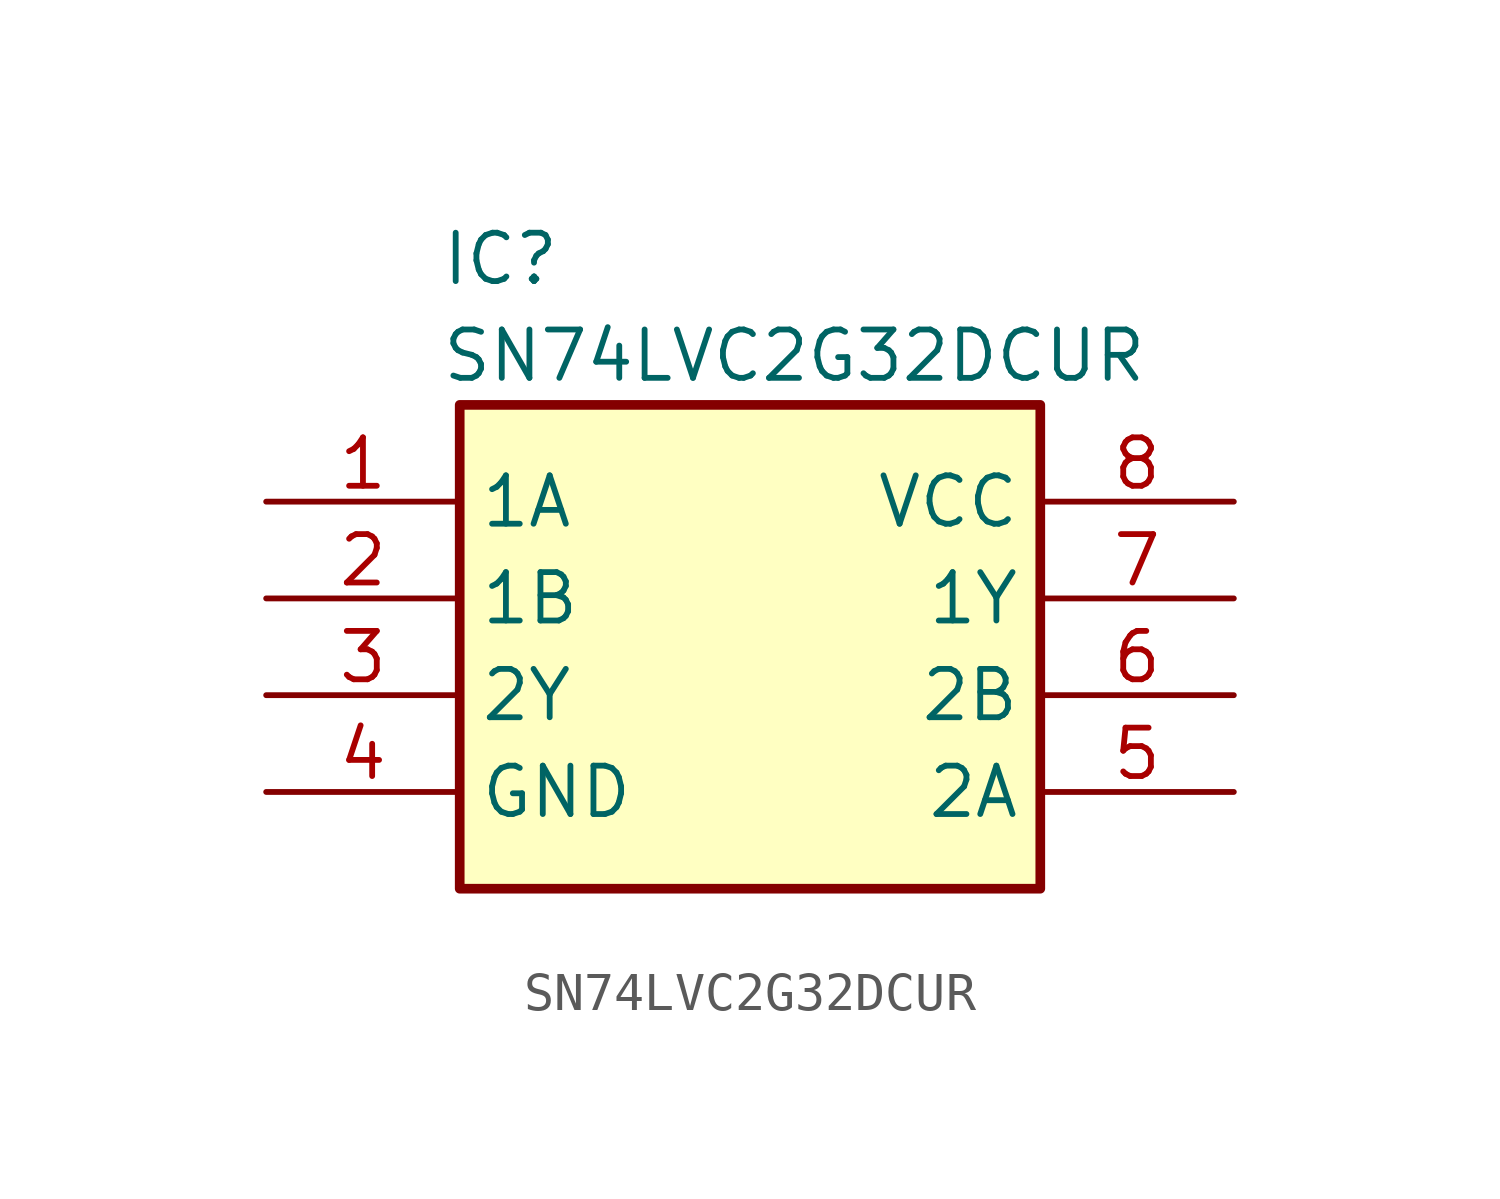
<source format=kicad_sym>
(kicad_symbol_lib
  (version 20231120)
  (generator "kicad_symbol_editor")
  (generator_version "8.0")
  (symbol "SN74LVC2G32DCUR"
    (property "Reference" "IC"
      (at 4.572 7.112 0)
      (effects (font (size 1.27 1.27)) (justify left top)))
    (property "Value" "SN74LVC2G32DCUR"
      (at 4.572 4.572 0)
      (effects (font (size 1.27 1.27)) (justify left top)))
    (symbol "SN74LVC2G32DCUR_1_1"
      (rectangle (start 5.08 2.54) (end 20.32 -10.16) (stroke (width 0.254) (type default)) (fill (type background)))
      (pin passive line (at 0 0 0) (length 5.08) (name "1A" (effects (font (size 1.27 1.27)))) (number "1" (effects (font (size 1.27 1.27)))))
      (pin passive line (at 0 -2.54 0) (length 5.08) (name "1B" (effects (font (size 1.27 1.27)))) (number "2" (effects (font (size 1.27 1.27)))))
      (pin passive line (at 0 -5.08 0) (length 5.08) (name "2Y" (effects (font (size 1.27 1.27)))) (number "3" (effects (font (size 1.27 1.27)))))
      (pin passive line (at 0 -7.62 0) (length 5.08) (name "GND" (effects (font (size 1.27 1.27)))) (number "4" (effects (font (size 1.27 1.27)))))
      (pin passive line (at 25.4 -7.62 180) (length 5.08) (name "2A" (effects (font (size 1.27 1.27)))) (number "5" (effects (font (size 1.27 1.27)))))
      (pin passive line (at 25.4 -5.08 180) (length 5.08) (name "2B" (effects (font (size 1.27 1.27)))) (number "6" (effects (font (size 1.27 1.27)))))
      (pin passive line (at 25.4 -2.54 180) (length 5.08) (name "1Y" (effects (font (size 1.27 1.27)))) (number "7" (effects (font (size 1.27 1.27)))))
      (pin passive line (at 25.4 0 180) (length 5.08) (name "VCC" (effects (font (size 1.27 1.27)))) (number "8" (effects (font (size 1.27 1.27))))))))
</source>
